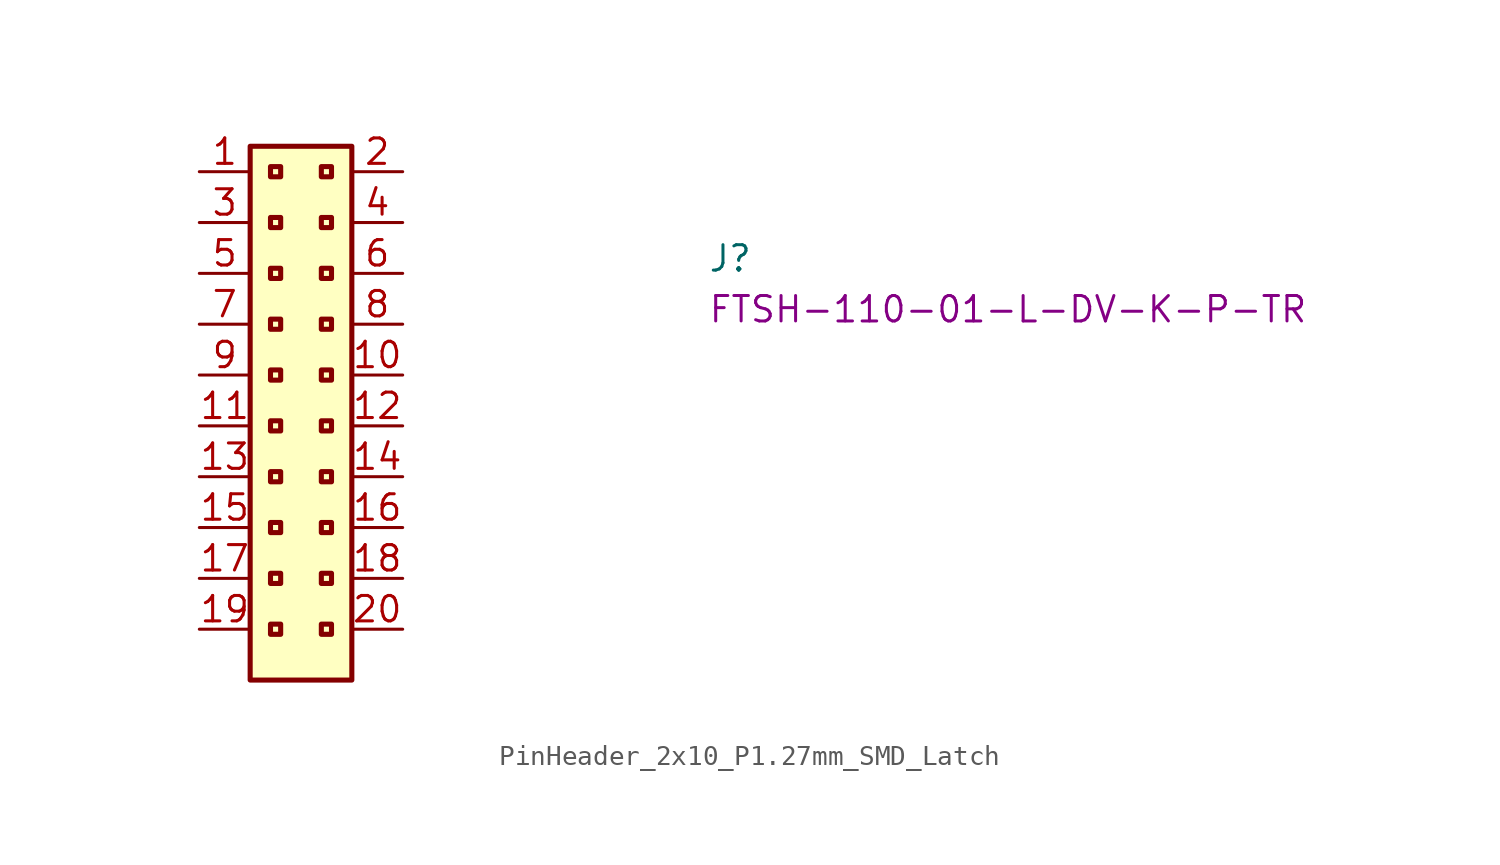
<source format=kicad_sym>
(kicad_symbol_lib
  (version 20220914)
  (generator kicad_symbol_editor)
  (symbol "PinHeader_2x10_P1.27mm_SMD_Latch"
    (property "Reference" "J"
      (at 25.4 -5.08 0)
      (effects (font (size 1.27 1.27) (thickness 0.15)) (justify left bottom)))
    (property "MPN" "FTSH-110-01-L-DV-K-P-TR"
      (at 25.4 -7.62 0)
      (effects (font (size 1.27 1.27) (thickness 0.15)) (justify left bottom)))
    (symbol "PinHeader_2x10_P1.27mm_SMD_Latch_1_1"
      (rectangle (start 2.54 1.27) (end 7.62 -25.4) (stroke (width 0.254) (type default)) (fill (type background)))
      (rectangle (start 3.556 -22.606) (end 4.064 -23.114) (stroke (width 0.254) (type default)) (fill (type background)))
      (rectangle (start 3.556 -20.066) (end 4.064 -20.574) (stroke (width 0.254) (type default)) (fill (type background)))
      (rectangle (start 3.556 -17.526) (end 4.064 -18.034) (stroke (width 0.254) (type default)) (fill (type background)))
      (rectangle (start 3.556 -14.986) (end 4.064 -15.494) (stroke (width 0.254) (type default)) (fill (type background)))
      (rectangle (start 3.556 -12.446) (end 4.064 -12.954) (stroke (width 0.254) (type default)) (fill (type background)))
      (rectangle (start 3.556 -9.906) (end 4.064 -10.414) (stroke (width 0.254) (type default)) (fill (type background)))
      (rectangle (start 3.556 -7.366) (end 4.064 -7.874) (stroke (width 0.254) (type default)) (fill (type background)))
      (rectangle (start 3.556 -4.826) (end 4.064 -5.334) (stroke (width 0.254) (type default)) (fill (type background)))
      (rectangle (start 3.556 -2.286) (end 4.064 -2.794) (stroke (width 0.254) (type default)) (fill (type background)))
      (rectangle (start 3.556 0.254) (end 4.064 -0.254) (stroke (width 0.254) (type default)) (fill (type background)))
      (rectangle (start 6.096 -22.606) (end 6.604 -23.114) (stroke (width 0.254) (type default)) (fill (type background)))
      (rectangle (start 6.096 -20.066) (end 6.604 -20.574) (stroke (width 0.254) (type default)) (fill (type background)))
      (rectangle (start 6.096 -17.526) (end 6.604 -18.034) (stroke (width 0.254) (type default)) (fill (type background)))
      (rectangle (start 6.096 -14.986) (end 6.604 -15.494) (stroke (width 0.254) (type default)) (fill (type background)))
      (rectangle (start 6.096 -12.446) (end 6.604 -12.954) (stroke (width 0.254) (type default)) (fill (type background)))
      (rectangle (start 6.096 -9.906) (end 6.604 -10.414) (stroke (width 0.254) (type default)) (fill (type background)))
      (rectangle (start 6.096 -7.366) (end 6.604 -7.874) (stroke (width 0.254) (type default)) (fill (type background)))
      (rectangle (start 6.096 -4.826) (end 6.604 -5.334) (stroke (width 0.254) (type default)) (fill (type background)))
      (rectangle (start 6.096 -2.286) (end 6.604 -2.794) (stroke (width 0.254) (type default)) (fill (type background)))
      (rectangle (start 6.096 0.254) (end 6.604 -0.254) (stroke (width 0.254) (type default)) (fill (type background)))
      (pin passive line (at 0 0 0) (length 2.54) (name "~" (effects (font (size 1.27 1.27)))) (number "1" (effects (font (size 1.27 1.27)))))
      (pin passive line (at 10.16 -10.16 180) (length 2.54) (name "~" (effects (font (size 1.27 1.27)))) (number "10" (effects (font (size 1.27 1.27)))))
      (pin passive line (at 0 -12.7 0) (length 2.54) (name "~" (effects (font (size 1.27 1.27)))) (number "11" (effects (font (size 1.27 1.27)))))
      (pin passive line (at 10.16 -12.7 180) (length 2.54) (name "~" (effects (font (size 1.27 1.27)))) (number "12" (effects (font (size 1.27 1.27)))))
      (pin passive line (at 0 -15.24 0) (length 2.54) (name "~" (effects (font (size 1.27 1.27)))) (number "13" (effects (font (size 1.27 1.27)))))
      (pin passive line (at 10.16 -15.24 180) (length 2.54) (name "~" (effects (font (size 1.27 1.27)))) (number "14" (effects (font (size 1.27 1.27)))))
      (pin passive line (at 0 -17.78 0) (length 2.54) (name "~" (effects (font (size 1.27 1.27)))) (number "15" (effects (font (size 1.27 1.27)))))
      (pin passive line (at 10.16 -17.78 180) (length 2.54) (name "~" (effects (font (size 1.27 1.27)))) (number "16" (effects (font (size 1.27 1.27)))))
      (pin passive line (at 0 -20.32 0) (length 2.54) (name "~" (effects (font (size 1.27 1.27)))) (number "17" (effects (font (size 1.27 1.27)))))
      (pin passive line (at 10.16 -20.32 180) (length 2.54) (name "~" (effects (font (size 1.27 1.27)))) (number "18" (effects (font (size 1.27 1.27)))))
      (pin passive line (at 0 -22.86 0) (length 2.54) (name "~" (effects (font (size 1.27 1.27)))) (number "19" (effects (font (size 1.27 1.27)))))
      (pin passive line (at 10.16 0 180) (length 2.54) (name "~" (effects (font (size 1.27 1.27)))) (number "2" (effects (font (size 1.27 1.27)))))
      (pin passive line (at 10.16 -22.86 180) (length 2.54) (name "~" (effects (font (size 1.27 1.27)))) (number "20" (effects (font (size 1.27 1.27)))))
      (pin passive line (at 0 -2.54 0) (length 2.54) (name "~" (effects (font (size 1.27 1.27)))) (number "3" (effects (font (size 1.27 1.27)))))
      (pin passive line (at 10.16 -2.54 180) (length 2.54) (name "~" (effects (font (size 1.27 1.27)))) (number "4" (effects (font (size 1.27 1.27)))))
      (pin passive line (at 0 -5.08 0) (length 2.54) (name "~" (effects (font (size 1.27 1.27)))) (number "5" (effects (font (size 1.27 1.27)))))
      (pin passive line (at 10.16 -5.08 180) (length 2.54) (name "~" (effects (font (size 1.27 1.27)))) (number "6" (effects (font (size 1.27 1.27)))))
      (pin passive line (at 0 -7.62 0) (length 2.54) (name "~" (effects (font (size 1.27 1.27)))) (number "7" (effects (font (size 1.27 1.27)))))
      (pin passive line (at 10.16 -7.62 180) (length 2.54) (name "~" (effects (font (size 1.27 1.27)))) (number "8" (effects (font (size 1.27 1.27)))))
      (pin passive line (at 0 -10.16 0) (length 2.54) (name "~" (effects (font (size 1.27 1.27)))) (number "9" (effects (font (size 1.27 1.27))))))))
</source>
